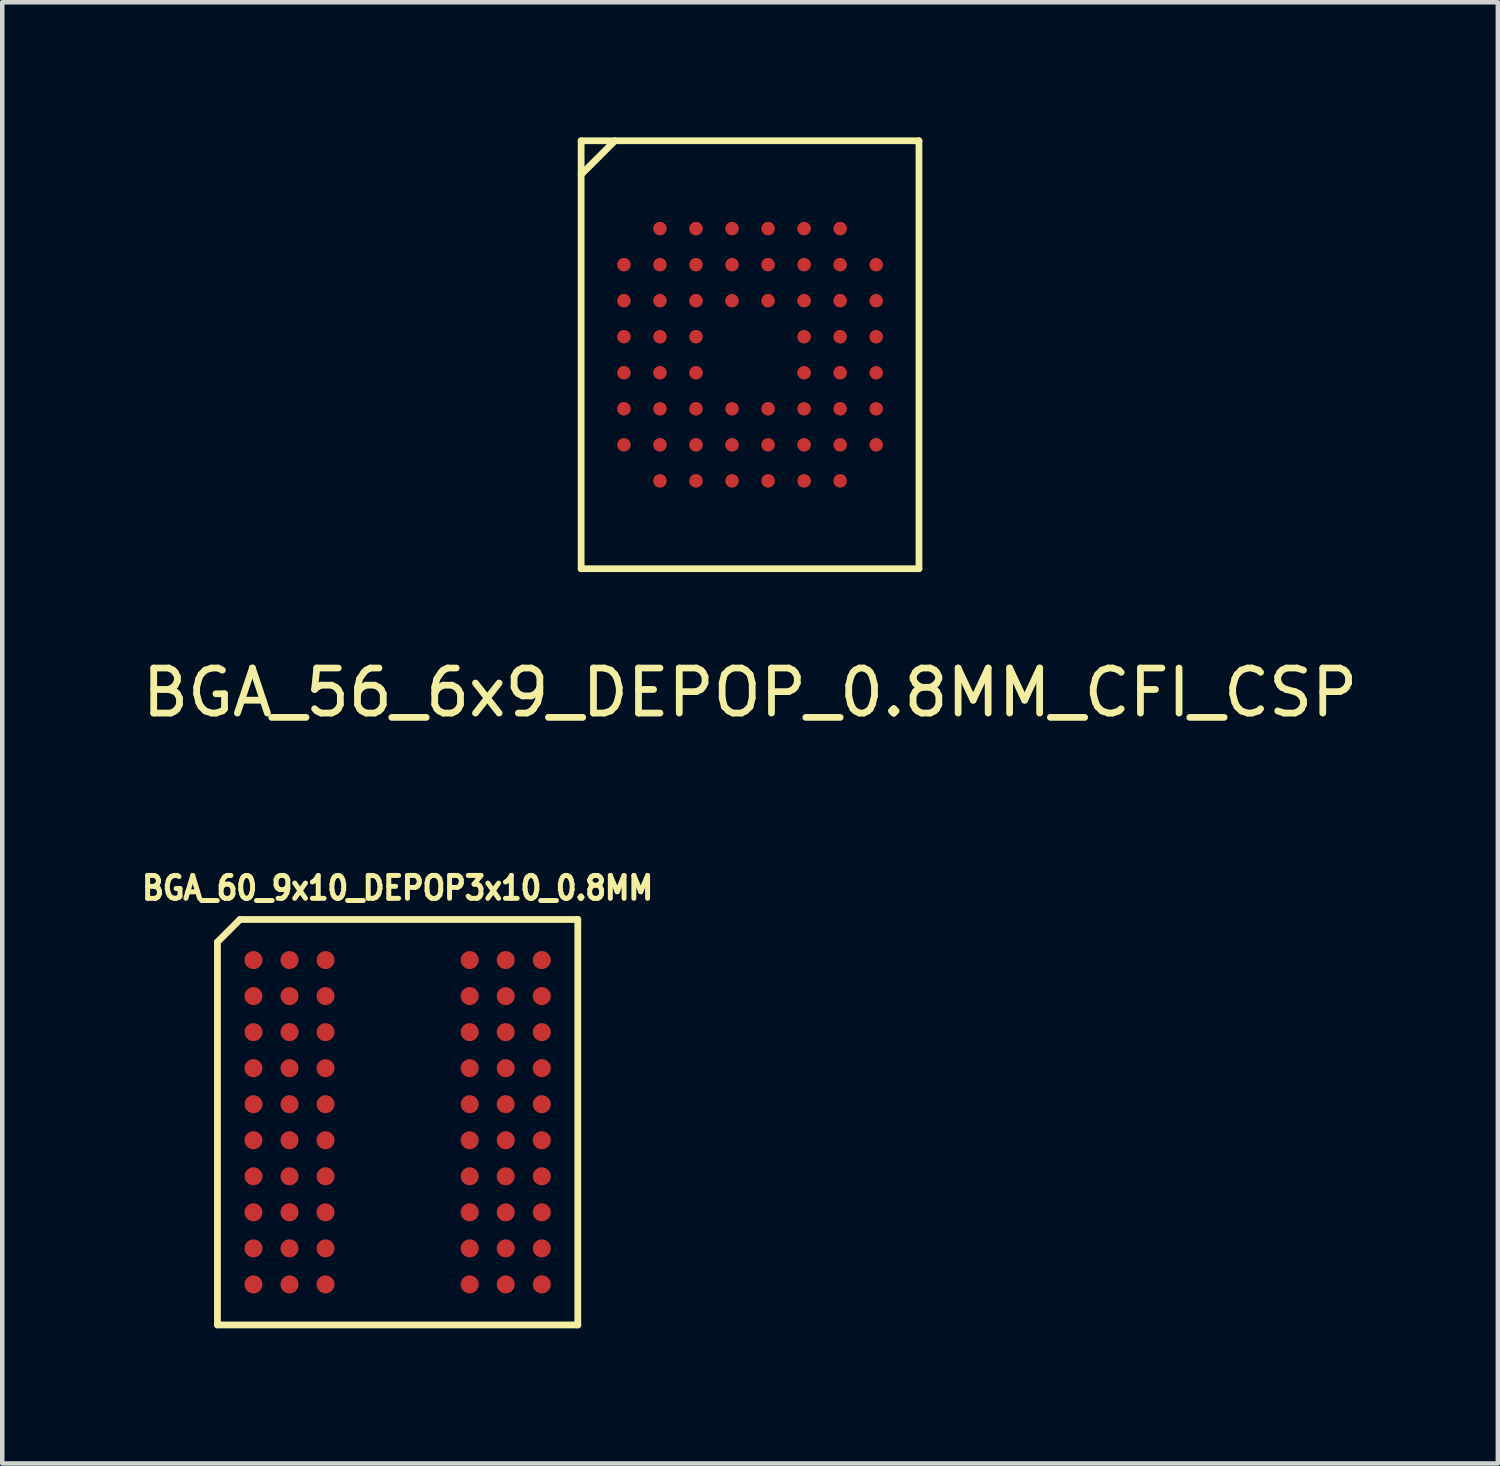
<source format=kicad_pcb>
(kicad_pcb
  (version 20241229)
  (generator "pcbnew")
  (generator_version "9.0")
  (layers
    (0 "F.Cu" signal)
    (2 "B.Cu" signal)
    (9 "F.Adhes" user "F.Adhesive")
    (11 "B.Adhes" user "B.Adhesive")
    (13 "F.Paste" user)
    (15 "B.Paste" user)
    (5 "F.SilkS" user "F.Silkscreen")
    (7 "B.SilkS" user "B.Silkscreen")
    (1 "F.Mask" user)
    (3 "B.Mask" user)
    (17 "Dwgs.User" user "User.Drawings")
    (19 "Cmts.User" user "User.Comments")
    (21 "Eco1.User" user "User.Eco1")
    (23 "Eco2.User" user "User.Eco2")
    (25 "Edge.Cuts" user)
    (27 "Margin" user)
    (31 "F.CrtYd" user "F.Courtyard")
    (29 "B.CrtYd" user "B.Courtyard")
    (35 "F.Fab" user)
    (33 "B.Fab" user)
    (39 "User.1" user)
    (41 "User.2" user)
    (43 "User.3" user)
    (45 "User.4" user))
  (footprint "BGA_60_9x10_DEPOP3x10_0.8MM"
    (layer "F.Cu")
    (at 5.777 21.863)
    (property "Reference" "BGA_60_9x10_DEPOP3x10_0.8MM" (at 0 -5.2 0) (layer "F.SilkS") (effects (font (size 0.508 0.457) (thickness 0.11))))
    (attr through_hole)
    (fp_line (start -4 -4) (end -3.5 -4.5) (stroke (width 0.15) (type solid)) (layer "F.SilkS"))
    (fp_line (start -4 4.5) (end -4 -4) (stroke (width 0.15) (type solid)) (layer "F.SilkS"))
    (fp_line (start -3.5 -4.5) (end 4 -4.5) (stroke (width 0.15) (type solid)) (layer "F.SilkS"))
    (fp_line (start 4 -4.5) (end 4 4.5) (stroke (width 0.15) (type solid)) (layer "F.SilkS"))
    (fp_line (start 4 4.5) (end -4 4.5) (stroke (width 0.15) (type solid)) (layer "F.SilkS"))
    (pad "A1" smd circle (at -3.2 -3.6) (size 0.4 0.4) (layers "F.Cu" "F.Mask" "F.Paste"))
    (pad "A2" smd circle (at -2.4 -3.6) (size 0.4 0.4) (layers "F.Cu" "F.Mask" "F.Paste"))
    (pad "A3" smd circle (at -1.6 -3.6) (size 0.4 0.4) (layers "F.Cu" "F.Mask" "F.Paste"))
    (pad "A7" smd circle (at 1.6 -3.6) (size 0.4 0.4) (layers "F.Cu" "F.Mask" "F.Paste"))
    (pad "A8" smd circle (at 2.4 -3.6) (size 0.4 0.4) (layers "F.Cu" "F.Mask" "F.Paste"))
    (pad "A9" smd circle (at 3.2 -3.6) (size 0.4 0.4) (layers "F.Cu" "F.Mask" "F.Paste"))
    (pad "B1" smd circle (at -3.2 -2.8) (size 0.4 0.4) (layers "F.Cu" "F.Mask" "F.Paste"))
    (pad "B2" smd circle (at -2.4 -2.8) (size 0.4 0.4) (layers "F.Cu" "F.Mask" "F.Paste"))
    (pad "B3" smd circle (at -1.6 -2.8) (size 0.4 0.4) (layers "F.Cu" "F.Mask" "F.Paste"))
    (pad "B7" smd circle (at 1.6 -2.8) (size 0.4 0.4) (layers "F.Cu" "F.Mask" "F.Paste"))
    (pad "B8" smd circle (at 2.4 -2.8) (size 0.4 0.4) (layers "F.Cu" "F.Mask" "F.Paste"))
    (pad "B9" smd circle (at 3.2 -2.8) (size 0.4 0.4) (layers "F.Cu" "F.Mask" "F.Paste"))
    (pad "C1" smd circle (at -3.2 -2) (size 0.4 0.4) (layers "F.Cu" "F.Mask" "F.Paste"))
    (pad "C2" smd circle (at -2.4 -2) (size 0.4 0.4) (layers "F.Cu" "F.Mask" "F.Paste"))
    (pad "C3" smd circle (at -1.6 -2) (size 0.4 0.4) (layers "F.Cu" "F.Mask" "F.Paste"))
    (pad "C7" smd circle (at 1.6 -2) (size 0.4 0.4) (layers "F.Cu" "F.Mask" "F.Paste"))
    (pad "C8" smd circle (at 2.4 -2) (size 0.4 0.4) (layers "F.Cu" "F.Mask" "F.Paste"))
    (pad "C9" smd circle (at 3.2 -2) (size 0.4 0.4) (layers "F.Cu" "F.Mask" "F.Paste"))
    (pad "D1" smd circle (at -3.2 -1.2) (size 0.4 0.4) (layers "F.Cu" "F.Mask" "F.Paste"))
    (pad "D2" smd circle (at -2.4 -1.2) (size 0.4 0.4) (layers "F.Cu" "F.Mask" "F.Paste"))
    (pad "D3" smd circle (at -1.6 -1.2) (size 0.4 0.4) (layers "F.Cu" "F.Mask" "F.Paste"))
    (pad "D7" smd circle (at 1.6 -1.2) (size 0.4 0.4) (layers "F.Cu" "F.Mask" "F.Paste"))
    (pad "D8" smd circle (at 2.4 -1.2) (size 0.4 0.4) (layers "F.Cu" "F.Mask" "F.Paste"))
    (pad "D9" smd circle (at 3.2 -1.2) (size 0.4 0.4) (layers "F.Cu" "F.Mask" "F.Paste"))
    (pad "E1" smd circle (at -3.2 -0.4) (size 0.4 0.4) (layers "F.Cu" "F.Mask" "F.Paste"))
    (pad "E2" smd circle (at -2.4 -0.4) (size 0.4 0.4) (layers "F.Cu" "F.Mask" "F.Paste"))
    (pad "E3" smd circle (at -1.6 -0.4) (size 0.4 0.4) (layers "F.Cu" "F.Mask" "F.Paste"))
    (pad "E7" smd circle (at 1.6 -0.4) (size 0.4 0.4) (layers "F.Cu" "F.Mask" "F.Paste"))
    (pad "E8" smd circle (at 2.4 -0.4) (size 0.4 0.4) (layers "F.Cu" "F.Mask" "F.Paste"))
    (pad "E9" smd circle (at 3.2 -0.4) (size 0.4 0.4) (layers "F.Cu" "F.Mask" "F.Paste"))
    (pad "F1" smd circle (at -3.2 0.4) (size 0.4 0.4) (layers "F.Cu" "F.Mask" "F.Paste"))
    (pad "F2" smd circle (at -2.4 0.4) (size 0.4 0.4) (layers "F.Cu" "F.Mask" "F.Paste"))
    (pad "F3" smd circle (at -1.6 0.4) (size 0.4 0.4) (layers "F.Cu" "F.Mask" "F.Paste"))
    (pad "F7" smd circle (at 1.6 0.4) (size 0.4 0.4) (layers "F.Cu" "F.Mask" "F.Paste"))
    (pad "F8" smd circle (at 2.4 0.4) (size 0.4 0.4) (layers "F.Cu" "F.Mask" "F.Paste"))
    (pad "F9" smd circle (at 3.2 0.4) (size 0.4 0.4) (layers "F.Cu" "F.Mask" "F.Paste"))
    (pad "G1" smd circle (at -3.2 1.2) (size 0.4 0.4) (layers "F.Cu" "F.Mask" "F.Paste"))
    (pad "G2" smd circle (at -2.4 1.2) (size 0.4 0.4) (layers "F.Cu" "F.Mask" "F.Paste"))
    (pad "G3" smd circle (at -1.6 1.2) (size 0.4 0.4) (layers "F.Cu" "F.Mask" "F.Paste"))
    (pad "G7" smd circle (at 1.6 1.2) (size 0.4 0.4) (layers "F.Cu" "F.Mask" "F.Paste"))
    (pad "G8" smd circle (at 2.4 1.2) (size 0.4 0.4) (layers "F.Cu" "F.Mask" "F.Paste"))
    (pad "G9" smd circle (at 3.2 1.2) (size 0.4 0.4) (layers "F.Cu" "F.Mask" "F.Paste"))
    (pad "H1" smd circle (at -3.2 2) (size 0.4 0.4) (layers "F.Cu" "F.Mask" "F.Paste"))
    (pad "H2" smd circle (at -2.4 2) (size 0.4 0.4) (layers "F.Cu" "F.Mask" "F.Paste"))
    (pad "H3" smd circle (at -1.6 2) (size 0.4 0.4) (layers "F.Cu" "F.Mask" "F.Paste"))
    (pad "H7" smd circle (at 1.6 2) (size 0.4 0.4) (layers "F.Cu" "F.Mask" "F.Paste"))
    (pad "H8" smd circle (at 2.4 2) (size 0.4 0.4) (layers "F.Cu" "F.Mask" "F.Paste"))
    (pad "H9" smd circle (at 3.2 2) (size 0.4 0.4) (layers "F.Cu" "F.Mask" "F.Paste"))
    (pad "J1" smd circle (at -3.2 2.8) (size 0.4 0.4) (layers "F.Cu" "F.Mask" "F.Paste"))
    (pad "J2" smd circle (at -2.4 2.8) (size 0.4 0.4) (layers "F.Cu" "F.Mask" "F.Paste"))
    (pad "J3" smd circle (at -1.6 2.8) (size 0.4 0.4) (layers "F.Cu" "F.Mask" "F.Paste"))
    (pad "J7" smd circle (at 1.6 2.8) (size 0.4 0.4) (layers "F.Cu" "F.Mask" "F.Paste"))
    (pad "J8" smd circle (at 2.4 2.8) (size 0.4 0.4) (layers "F.Cu" "F.Mask" "F.Paste"))
    (pad "J9" smd circle (at 3.2 2.8) (size 0.4 0.4) (layers "F.Cu" "F.Mask" "F.Paste"))
    (pad "K1" smd circle (at -3.2 3.6) (size 0.4 0.4) (layers "F.Cu" "F.Mask" "F.Paste"))
    (pad "K2" smd circle (at -2.4 3.6) (size 0.4 0.4) (layers "F.Cu" "F.Mask" "F.Paste"))
    (pad "K3" smd circle (at -1.6 3.6) (size 0.4 0.4) (layers "F.Cu" "F.Mask" "F.Paste"))
    (pad "K7" smd circle (at 1.6 3.6) (size 0.4 0.4) (layers "F.Cu" "F.Mask" "F.Paste"))
    (pad "K8" smd circle (at 2.4 3.6) (size 0.4 0.4) (layers "F.Cu" "F.Mask" "F.Paste"))
    (pad "K9" smd circle (at 3.2 3.6) (size 0.4 0.4) (layers "F.Cu" "F.Mask" "F.Paste")))
  (footprint "BGA_56_6x9_DEPOP_0.8MM_CFI_CSP"
    (layer "F.Cu")
    (at 13.601 4.825)
    (property "Reference" "BGA_56_6x9_DEPOP_0.8MM_CFI_CSP" (at 0 7.5 0) (unlocked yes) (layer "F.SilkS") (effects (font (size 1 1) (thickness 0.15))))
    (attr smd)
    (fp_line (start -3.75 -4.75) (end -3.75 4.75) (stroke (width 0.15) (type default)) (layer "F.SilkS"))
    (fp_line (start -3.75 4.75) (end 3.75 4.75) (stroke (width 0.15) (type default)) (layer "F.SilkS"))
    (fp_line (start -3 -4.75) (end -3.75 -4) (stroke (width 0.15) (type default)) (layer "F.SilkS"))
    (fp_line (start 3.75 -4.75) (end -3.75 -4.75) (stroke (width 0.15) (type default)) (layer "F.SilkS"))
    (fp_line (start 3.75 4.75) (end 3.75 -4.75) (stroke (width 0.15) (type default)) (layer "F.SilkS"))
    (pad "A2" smd circle (at -2 -2.8) (size 0.3 0.3) (property pad_prop_bga) (layers "F.Cu" "F.Mask" "F.Paste"))
    (pad "A3" smd circle (at -1.2 -2.8) (size 0.3 0.3) (property pad_prop_bga) (layers "F.Cu" "F.Mask" "F.Paste"))
    (pad "A4" smd circle (at -0.4 -2.8) (size 0.3 0.3) (property pad_prop_bga) (layers "F.Cu" "F.Mask" "F.Paste"))
    (pad "A5" smd circle (at 0.4 -2.8) (size 0.3 0.3) (property pad_prop_bga) (layers "F.Cu" "F.Mask" "F.Paste"))
    (pad "A6" smd circle (at 1.2 -2.8) (size 0.3 0.3) (property pad_prop_bga) (layers "F.Cu" "F.Mask" "F.Paste"))
    (pad "A7" smd circle (at 2 -2.8) (size 0.3 0.3) (property pad_prop_bga) (layers "F.Cu" "F.Mask" "F.Paste"))
    (pad "B1" smd circle (at -2.8 -2) (size 0.3 0.3) (property pad_prop_bga) (layers "F.Cu" "F.Mask" "F.Paste"))
    (pad "B2" smd circle (at -2 -2) (size 0.3 0.3) (property pad_prop_bga) (layers "F.Cu" "F.Mask" "F.Paste"))
    (pad "B3" smd circle (at -1.2 -2) (size 0.3 0.3) (property pad_prop_bga) (layers "F.Cu" "F.Mask" "F.Paste"))
    (pad "B4" smd circle (at -0.4 -2) (size 0.3 0.3) (property pad_prop_bga) (layers "F.Cu" "F.Mask" "F.Paste"))
    (pad "B5" smd circle (at 0.4 -2) (size 0.3 0.3) (property pad_prop_bga) (layers "F.Cu" "F.Mask" "F.Paste"))
    (pad "B6" smd circle (at 1.2 -2) (size 0.3 0.3) (property pad_prop_bga) (layers "F.Cu" "F.Mask" "F.Paste"))
    (pad "B7" smd circle (at 2 -2) (size 0.3 0.3) (property pad_prop_bga) (layers "F.Cu" "F.Mask" "F.Paste"))
    (pad "B8" smd circle (at 2.8 -2) (size 0.3 0.3) (property pad_prop_bga) (layers "F.Cu" "F.Mask" "F.Paste"))
    (pad "C1" smd circle (at -2.8 -1.2) (size 0.3 0.3) (property pad_prop_bga) (layers "F.Cu" "F.Mask" "F.Paste"))
    (pad "C2" smd circle (at -2 -1.2) (size 0.3 0.3) (property pad_prop_bga) (layers "F.Cu" "F.Mask" "F.Paste"))
    (pad "C3" smd circle (at -1.2 -1.2) (size 0.3 0.3) (property pad_prop_bga) (layers "F.Cu" "F.Mask" "F.Paste"))
    (pad "C4" smd circle (at -0.4 -1.2) (size 0.3 0.3) (property pad_prop_bga) (layers "F.Cu" "F.Mask" "F.Paste"))
    (pad "C5" smd circle (at 0.4 -1.2) (size 0.3 0.3) (property pad_prop_bga) (layers "F.Cu" "F.Mask" "F.Paste"))
    (pad "C6" smd circle (at 1.2 -1.2) (size 0.3 0.3) (property pad_prop_bga) (layers "F.Cu" "F.Mask" "F.Paste"))
    (pad "C7" smd circle (at 2 -1.2) (size 0.3 0.3) (property pad_prop_bga) (layers "F.Cu" "F.Mask" "F.Paste"))
    (pad "C8" smd circle (at 2.8 -1.2) (size 0.3 0.3) (property pad_prop_bga) (layers "F.Cu" "F.Mask" "F.Paste"))
    (pad "D1" smd circle (at -2.8 -0.4) (size 0.3 0.3) (property pad_prop_bga) (layers "F.Cu" "F.Mask" "F.Paste"))
    (pad "D2" smd circle (at -2 -0.4) (size 0.3 0.3) (property pad_prop_bga) (layers "F.Cu" "F.Mask" "F.Paste"))
    (pad "D3" smd circle (at -1.2 -0.4) (size 0.3 0.3) (property pad_prop_bga) (layers "F.Cu" "F.Mask" "F.Paste"))
    (pad "D6" smd circle (at 1.2 -0.4) (size 0.3 0.3) (property pad_prop_bga) (layers "F.Cu" "F.Mask" "F.Paste"))
    (pad "D7" smd circle (at 2 -0.4) (size 0.3 0.3) (property pad_prop_bga) (layers "F.Cu" "F.Mask" "F.Paste"))
    (pad "D8" smd circle (at 2.8 -0.4) (size 0.3 0.3) (property pad_prop_bga) (layers "F.Cu" "F.Mask" "F.Paste"))
    (pad "E1" smd circle (at -2.8 0.4) (size 0.3 0.3) (property pad_prop_bga) (layers "F.Cu" "F.Mask" "F.Paste"))
    (pad "E2" smd circle (at -2 0.4) (size 0.3 0.3) (property pad_prop_bga) (layers "F.Cu" "F.Mask" "F.Paste"))
    (pad "E3" smd circle (at -1.2 0.4) (size 0.3 0.3) (property pad_prop_bga) (layers "F.Cu" "F.Mask" "F.Paste"))
    (pad "E6" smd circle (at 1.2 0.4) (size 0.3 0.3) (property pad_prop_bga) (layers "F.Cu" "F.Mask" "F.Paste"))
    (pad "E7" smd circle (at 2 0.4) (size 0.3 0.3) (property pad_prop_bga) (layers "F.Cu" "F.Mask" "F.Paste"))
    (pad "E8" smd circle (at 2.8 0.4) (size 0.3 0.3) (property pad_prop_bga) (layers "F.Cu" "F.Mask" "F.Paste"))
    (pad "F1" smd circle (at -2.8 1.2) (size 0.3 0.3) (property pad_prop_bga) (layers "F.Cu" "F.Mask" "F.Paste"))
    (pad "F2" smd circle (at -2 1.2) (size 0.3 0.3) (property pad_prop_bga) (layers "F.Cu" "F.Mask" "F.Paste"))
    (pad "F3" smd circle (at -1.2 1.2) (size 0.3 0.3) (property pad_prop_bga) (layers "F.Cu" "F.Mask" "F.Paste"))
    (pad "F4" smd circle (at -0.4 1.2) (size 0.3 0.3) (property pad_prop_bga) (layers "F.Cu" "F.Mask" "F.Paste"))
    (pad "F5" smd circle (at 0.4 1.2) (size 0.3 0.3) (property pad_prop_bga) (layers "F.Cu" "F.Mask" "F.Paste"))
    (pad "F6" smd circle (at 1.2 1.2) (size 0.3 0.3) (property pad_prop_bga) (layers "F.Cu" "F.Mask" "F.Paste"))
    (pad "F7" smd circle (at 2 1.2) (size 0.3 0.3) (property pad_prop_bga) (layers "F.Cu" "F.Mask" "F.Paste"))
    (pad "F8" smd circle (at 2.8 1.2) (size 0.3 0.3) (property pad_prop_bga) (layers "F.Cu" "F.Mask" "F.Paste"))
    (pad "G1" smd circle (at -2.8 2) (size 0.3 0.3) (property pad_prop_bga) (layers "F.Cu" "F.Mask" "F.Paste"))
    (pad "G2" smd circle (at -2 2) (size 0.3 0.3) (property pad_prop_bga) (layers "F.Cu" "F.Mask" "F.Paste"))
    (pad "G3" smd circle (at -1.2 2) (size 0.3 0.3) (property pad_prop_bga) (layers "F.Cu" "F.Mask" "F.Paste"))
    (pad "G4" smd circle (at -0.4 2) (size 0.3 0.3) (property pad_prop_bga) (layers "F.Cu" "F.Mask" "F.Paste"))
    (pad "G5" smd circle (at 0.4 2) (size 0.3 0.3) (property pad_prop_bga) (layers "F.Cu" "F.Mask" "F.Paste"))
    (pad "G6" smd circle (at 1.2 2) (size 0.3 0.3) (property pad_prop_bga) (layers "F.Cu" "F.Mask" "F.Paste"))
    (pad "G7" smd circle (at 2 2) (size 0.3 0.3) (property pad_prop_bga) (layers "F.Cu" "F.Mask" "F.Paste"))
    (pad "G8" smd circle (at 2.8 2) (size 0.3 0.3) (property pad_prop_bga) (layers "F.Cu" "F.Mask" "F.Paste"))
    (pad "H2" smd circle (at -2 2.8) (size 0.3 0.3) (property pad_prop_bga) (layers "F.Cu" "F.Mask" "F.Paste"))
    (pad "H3" smd circle (at -1.2 2.8) (size 0.3 0.3) (property pad_prop_bga) (layers "F.Cu" "F.Mask" "F.Paste"))
    (pad "H4" smd circle (at -0.4 2.8) (size 0.3 0.3) (property pad_prop_bga) (layers "F.Cu" "F.Mask" "F.Paste"))
    (pad "H5" smd circle (at 0.4 2.8) (size 0.3 0.3) (property pad_prop_bga) (layers "F.Cu" "F.Mask" "F.Paste"))
    (pad "H6" smd circle (at 1.2 2.8) (size 0.3 0.3) (property pad_prop_bga) (layers "F.Cu" "F.Mask" "F.Paste"))
    (pad "H7" smd circle (at 2 2.8) (size 0.3 0.3) (property pad_prop_bga) (layers "F.Cu" "F.Mask" "F.Paste")))
  (gr_rect
    (start -3 -3)
    (end 30.202 29.438)
    (stroke (width 0.1) (type default))
    (fill no)
    (layer "Edge.Cuts")))
</source>
